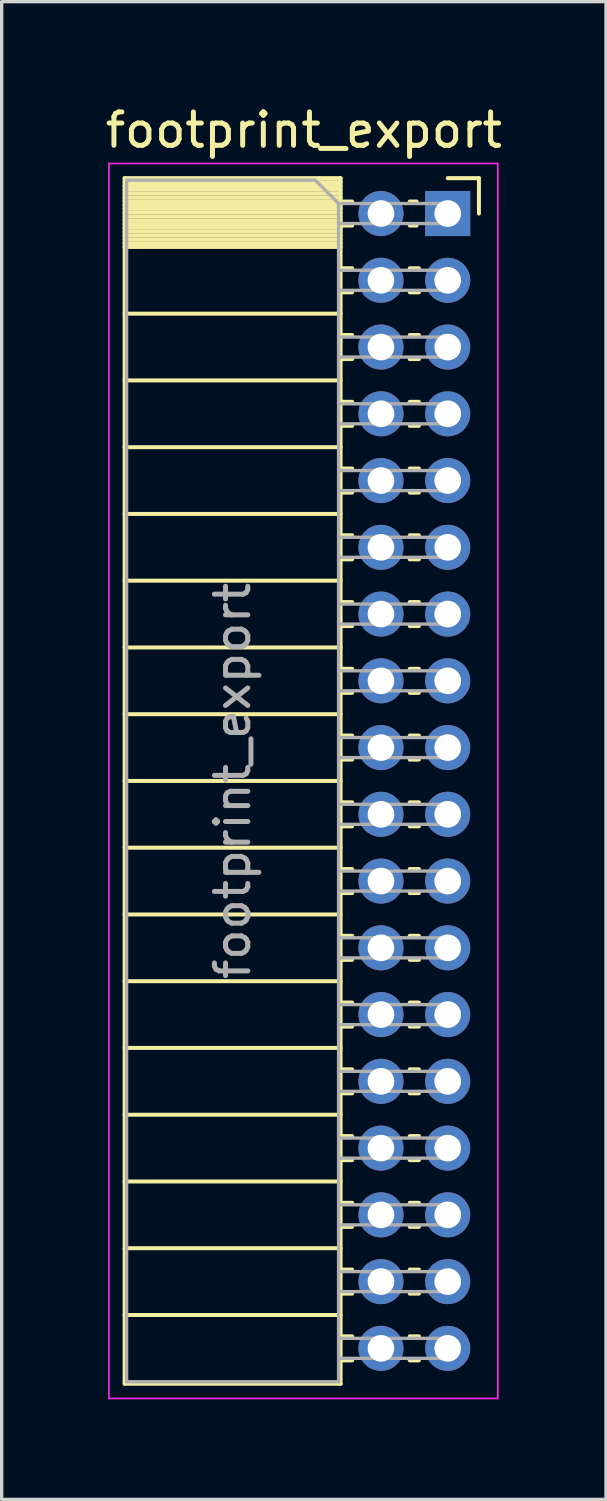
<source format=kicad_pcb>
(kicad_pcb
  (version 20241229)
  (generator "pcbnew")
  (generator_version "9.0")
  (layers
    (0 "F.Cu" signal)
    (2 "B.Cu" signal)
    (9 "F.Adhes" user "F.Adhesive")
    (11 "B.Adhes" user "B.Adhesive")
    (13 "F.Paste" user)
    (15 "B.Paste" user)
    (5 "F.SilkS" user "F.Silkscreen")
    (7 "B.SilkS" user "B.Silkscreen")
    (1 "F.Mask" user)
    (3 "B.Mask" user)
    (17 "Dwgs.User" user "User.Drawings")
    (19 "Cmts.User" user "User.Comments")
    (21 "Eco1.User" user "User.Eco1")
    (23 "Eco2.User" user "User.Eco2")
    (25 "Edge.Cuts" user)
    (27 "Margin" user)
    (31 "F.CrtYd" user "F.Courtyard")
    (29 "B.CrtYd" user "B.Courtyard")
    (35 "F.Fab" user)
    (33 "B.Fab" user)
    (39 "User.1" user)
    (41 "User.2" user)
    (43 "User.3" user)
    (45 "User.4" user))
  (footprint "footprint_export"
    (layer "F.Cu")
    (at 10.364 3.348)
    (property "Reference" "footprint_export" (at -4.31 -2.5 0) (layer "F.SilkS") (effects (font (size 1 1) (thickness 0.15))))
    (attr through_hole)
    (fp_line (start -9.68 -1.06) (end -9.68 35.06) (stroke (width 0.12) (type solid)) (layer "F.SilkS"))
    (fp_line (start -9.68 -1.06) (end -3.21 -1.06) (stroke (width 0.12) (type solid)) (layer "F.SilkS"))
    (fp_line (start -9.68 -0.94) (end -3.21 -0.94) (stroke (width 0.12) (type solid)) (layer "F.SilkS"))
    (fp_line (start -9.68 -0.826) (end -3.21 -0.826) (stroke (width 0.12) (type solid)) (layer "F.SilkS"))
    (fp_line (start -9.68 -0.712) (end -3.21 -0.712) (stroke (width 0.12) (type solid)) (layer "F.SilkS"))
    (fp_line (start -9.68 -0.598) (end -3.21 -0.598) (stroke (width 0.12) (type solid)) (layer "F.SilkS"))
    (fp_line (start -9.68 -0.484) (end -3.21 -0.484) (stroke (width 0.12) (type solid)) (layer "F.SilkS"))
    (fp_line (start -9.68 -0.369) (end -3.21 -0.369) (stroke (width 0.12) (type solid)) (layer "F.SilkS"))
    (fp_line (start -9.68 -0.255) (end -3.21 -0.255) (stroke (width 0.12) (type solid)) (layer "F.SilkS"))
    (fp_line (start -9.68 -0.141) (end -3.21 -0.141) (stroke (width 0.12) (type solid)) (layer "F.SilkS"))
    (fp_line (start -9.68 -0.027) (end -3.21 -0.027) (stroke (width 0.12) (type solid)) (layer "F.SilkS"))
    (fp_line (start -9.68 0.087) (end -3.21 0.087) (stroke (width 0.12) (type solid)) (layer "F.SilkS"))
    (fp_line (start -9.68 0.201) (end -3.21 0.201) (stroke (width 0.12) (type solid)) (layer "F.SilkS"))
    (fp_line (start -9.68 0.315) (end -3.21 0.315) (stroke (width 0.12) (type solid)) (layer "F.SilkS"))
    (fp_line (start -9.68 0.429) (end -3.21 0.429) (stroke (width 0.12) (type solid)) (layer "F.SilkS"))
    (fp_line (start -9.68 0.544) (end -3.21 0.544) (stroke (width 0.12) (type solid)) (layer "F.SilkS"))
    (fp_line (start -9.68 0.658) (end -3.21 0.658) (stroke (width 0.12) (type solid)) (layer "F.SilkS"))
    (fp_line (start -9.68 0.772) (end -3.21 0.772) (stroke (width 0.12) (type solid)) (layer "F.SilkS"))
    (fp_line (start -9.68 0.886) (end -3.21 0.886) (stroke (width 0.12) (type solid)) (layer "F.SilkS"))
    (fp_line (start -9.68 1) (end -3.21 1) (stroke (width 0.12) (type solid)) (layer "F.SilkS"))
    (fp_line (start -9.68 3) (end -3.21 3) (stroke (width 0.12) (type solid)) (layer "F.SilkS"))
    (fp_line (start -9.68 5) (end -3.21 5) (stroke (width 0.12) (type solid)) (layer "F.SilkS"))
    (fp_line (start -9.68 7) (end -3.21 7) (stroke (width 0.12) (type solid)) (layer "F.SilkS"))
    (fp_line (start -9.68 9) (end -3.21 9) (stroke (width 0.12) (type solid)) (layer "F.SilkS"))
    (fp_line (start -9.68 11) (end -3.21 11) (stroke (width 0.12) (type solid)) (layer "F.SilkS"))
    (fp_line (start -9.68 13) (end -3.21 13) (stroke (width 0.12) (type solid)) (layer "F.SilkS"))
    (fp_line (start -9.68 15) (end -3.21 15) (stroke (width 0.12) (type solid)) (layer "F.SilkS"))
    (fp_line (start -9.68 17) (end -3.21 17) (stroke (width 0.12) (type solid)) (layer "F.SilkS"))
    (fp_line (start -9.68 19) (end -3.21 19) (stroke (width 0.12) (type solid)) (layer "F.SilkS"))
    (fp_line (start -9.68 21) (end -3.21 21) (stroke (width 0.12) (type solid)) (layer "F.SilkS"))
    (fp_line (start -9.68 23) (end -3.21 23) (stroke (width 0.12) (type solid)) (layer "F.SilkS"))
    (fp_line (start -9.68 25) (end -3.21 25) (stroke (width 0.12) (type solid)) (layer "F.SilkS"))
    (fp_line (start -9.68 27) (end -3.21 27) (stroke (width 0.12) (type solid)) (layer "F.SilkS"))
    (fp_line (start -9.68 29) (end -3.21 29) (stroke (width 0.12) (type solid)) (layer "F.SilkS"))
    (fp_line (start -9.68 31) (end -3.21 31) (stroke (width 0.12) (type solid)) (layer "F.SilkS"))
    (fp_line (start -9.68 33) (end -3.21 33) (stroke (width 0.12) (type solid)) (layer "F.SilkS"))
    (fp_line (start -9.68 35.06) (end -3.21 35.06) (stroke (width 0.12) (type solid)) (layer "F.SilkS"))
    (fp_line (start -3.21 -1.06) (end -3.21 35.06) (stroke (width 0.12) (type solid)) (layer "F.SilkS"))
    (fp_line (start -3.21 -0.36) (end -2.863 -0.36) (stroke (width 0.12) (type solid)) (layer "F.SilkS"))
    (fp_line (start -3.21 0.36) (end -2.863 0.36) (stroke (width 0.12) (type solid)) (layer "F.SilkS"))
    (fp_line (start -3.21 1.64) (end -2.863 1.64) (stroke (width 0.12) (type solid)) (layer "F.SilkS"))
    (fp_line (start -3.21 2.36) (end -2.863 2.36) (stroke (width 0.12) (type solid)) (layer "F.SilkS"))
    (fp_line (start -3.21 3.64) (end -2.863 3.64) (stroke (width 0.12) (type solid)) (layer "F.SilkS"))
    (fp_line (start -3.21 4.36) (end -2.863 4.36) (stroke (width 0.12) (type solid)) (layer "F.SilkS"))
    (fp_line (start -3.21 5.64) (end -2.863 5.64) (stroke (width 0.12) (type solid)) (layer "F.SilkS"))
    (fp_line (start -3.21 6.36) (end -2.863 6.36) (stroke (width 0.12) (type solid)) (layer "F.SilkS"))
    (fp_line (start -3.21 7.64) (end -2.863 7.64) (stroke (width 0.12) (type solid)) (layer "F.SilkS"))
    (fp_line (start -3.21 8.36) (end -2.863 8.36) (stroke (width 0.12) (type solid)) (layer "F.SilkS"))
    (fp_line (start -3.21 9.64) (end -2.863 9.64) (stroke (width 0.12) (type solid)) (layer "F.SilkS"))
    (fp_line (start -3.21 10.36) (end -2.863 10.36) (stroke (width 0.12) (type solid)) (layer "F.SilkS"))
    (fp_line (start -3.21 11.64) (end -2.863 11.64) (stroke (width 0.12) (type solid)) (layer "F.SilkS"))
    (fp_line (start -3.21 12.36) (end -2.863 12.36) (stroke (width 0.12) (type solid)) (layer "F.SilkS"))
    (fp_line (start -3.21 13.64) (end -2.863 13.64) (stroke (width 0.12) (type solid)) (layer "F.SilkS"))
    (fp_line (start -3.21 14.36) (end -2.863 14.36) (stroke (width 0.12) (type solid)) (layer "F.SilkS"))
    (fp_line (start -3.21 15.64) (end -2.863 15.64) (stroke (width 0.12) (type solid)) (layer "F.SilkS"))
    (fp_line (start -3.21 16.36) (end -2.863 16.36) (stroke (width 0.12) (type solid)) (layer "F.SilkS"))
    (fp_line (start -3.21 17.64) (end -2.863 17.64) (stroke (width 0.12) (type solid)) (layer "F.SilkS"))
    (fp_line (start -3.21 18.36) (end -2.863 18.36) (stroke (width 0.12) (type solid)) (layer "F.SilkS"))
    (fp_line (start -3.21 19.64) (end -2.863 19.64) (stroke (width 0.12) (type solid)) (layer "F.SilkS"))
    (fp_line (start -3.21 20.36) (end -2.863 20.36) (stroke (width 0.12) (type solid)) (layer "F.SilkS"))
    (fp_line (start -3.21 21.64) (end -2.863 21.64) (stroke (width 0.12) (type solid)) (layer "F.SilkS"))
    (fp_line (start -3.21 22.36) (end -2.863 22.36) (stroke (width 0.12) (type solid)) (layer "F.SilkS"))
    (fp_line (start -3.21 23.64) (end -2.863 23.64) (stroke (width 0.12) (type solid)) (layer "F.SilkS"))
    (fp_line (start -3.21 24.36) (end -2.863 24.36) (stroke (width 0.12) (type solid)) (layer "F.SilkS"))
    (fp_line (start -3.21 25.64) (end -2.863 25.64) (stroke (width 0.12) (type solid)) (layer "F.SilkS"))
    (fp_line (start -3.21 26.36) (end -2.863 26.36) (stroke (width 0.12) (type solid)) (layer "F.SilkS"))
    (fp_line (start -3.21 27.64) (end -2.863 27.64) (stroke (width 0.12) (type solid)) (layer "F.SilkS"))
    (fp_line (start -3.21 28.36) (end -2.863 28.36) (stroke (width 0.12) (type solid)) (layer "F.SilkS"))
    (fp_line (start -3.21 29.64) (end -2.863 29.64) (stroke (width 0.12) (type solid)) (layer "F.SilkS"))
    (fp_line (start -3.21 30.36) (end -2.863 30.36) (stroke (width 0.12) (type solid)) (layer "F.SilkS"))
    (fp_line (start -3.21 31.64) (end -2.863 31.64) (stroke (width 0.12) (type solid)) (layer "F.SilkS"))
    (fp_line (start -3.21 32.36) (end -2.863 32.36) (stroke (width 0.12) (type solid)) (layer "F.SilkS"))
    (fp_line (start -3.21 33.64) (end -2.863 33.64) (stroke (width 0.12) (type solid)) (layer "F.SilkS"))
    (fp_line (start -3.21 34.36) (end -2.863 34.36) (stroke (width 0.12) (type solid)) (layer "F.SilkS"))
    (fp_line (start -1.137 -0.36) (end -0.935 -0.36) (stroke (width 0.12) (type solid)) (layer "F.SilkS"))
    (fp_line (start -1.137 0.36) (end -0.935 0.36) (stroke (width 0.12) (type solid)) (layer "F.SilkS"))
    (fp_line (start -1.137 1.64) (end -0.863 1.64) (stroke (width 0.12) (type solid)) (layer "F.SilkS"))
    (fp_line (start -1.137 2.36) (end -0.863 2.36) (stroke (width 0.12) (type solid)) (layer "F.SilkS"))
    (fp_line (start -1.137 3.64) (end -0.863 3.64) (stroke (width 0.12) (type solid)) (layer "F.SilkS"))
    (fp_line (start -1.137 4.36) (end -0.863 4.36) (stroke (width 0.12) (type solid)) (layer "F.SilkS"))
    (fp_line (start -1.137 5.64) (end -0.863 5.64) (stroke (width 0.12) (type solid)) (layer "F.SilkS"))
    (fp_line (start -1.137 6.36) (end -0.863 6.36) (stroke (width 0.12) (type solid)) (layer "F.SilkS"))
    (fp_line (start -1.137 7.64) (end -0.863 7.64) (stroke (width 0.12) (type solid)) (layer "F.SilkS"))
    (fp_line (start -1.137 8.36) (end -0.863 8.36) (stroke (width 0.12) (type solid)) (layer "F.SilkS"))
    (fp_line (start -1.137 9.64) (end -0.863 9.64) (stroke (width 0.12) (type solid)) (layer "F.SilkS"))
    (fp_line (start -1.137 10.36) (end -0.863 10.36) (stroke (width 0.12) (type solid)) (layer "F.SilkS"))
    (fp_line (start -1.137 11.64) (end -0.863 11.64) (stroke (width 0.12) (type solid)) (layer "F.SilkS"))
    (fp_line (start -1.137 12.36) (end -0.863 12.36) (stroke (width 0.12) (type solid)) (layer "F.SilkS"))
    (fp_line (start -1.137 13.64) (end -0.863 13.64) (stroke (width 0.12) (type solid)) (layer "F.SilkS"))
    (fp_line (start -1.137 14.36) (end -0.863 14.36) (stroke (width 0.12) (type solid)) (layer "F.SilkS"))
    (fp_line (start -1.137 15.64) (end -0.863 15.64) (stroke (width 0.12) (type solid)) (layer "F.SilkS"))
    (fp_line (start -1.137 16.36) (end -0.863 16.36) (stroke (width 0.12) (type solid)) (layer "F.SilkS"))
    (fp_line (start -1.137 17.64) (end -0.863 17.64) (stroke (width 0.12) (type solid)) (layer "F.SilkS"))
    (fp_line (start -1.137 18.36) (end -0.863 18.36) (stroke (width 0.12) (type solid)) (layer "F.SilkS"))
    (fp_line (start -1.137 19.64) (end -0.863 19.64) (stroke (width 0.12) (type solid)) (layer "F.SilkS"))
    (fp_line (start -1.137 20.36) (end -0.863 20.36) (stroke (width 0.12) (type solid)) (layer "F.SilkS"))
    (fp_line (start -1.137 21.64) (end -0.863 21.64) (stroke (width 0.12) (type solid)) (layer "F.SilkS"))
    (fp_line (start -1.137 22.36) (end -0.863 22.36) (stroke (width 0.12) (type solid)) (layer "F.SilkS"))
    (fp_line (start -1.137 23.64) (end -0.863 23.64) (stroke (width 0.12) (type solid)) (layer "F.SilkS"))
    (fp_line (start -1.137 24.36) (end -0.863 24.36) (stroke (width 0.12) (type solid)) (layer "F.SilkS"))
    (fp_line (start -1.137 25.64) (end -0.863 25.64) (stroke (width 0.12) (type solid)) (layer "F.SilkS"))
    (fp_line (start -1.137 26.36) (end -0.863 26.36) (stroke (width 0.12) (type solid)) (layer "F.SilkS"))
    (fp_line (start -1.137 27.64) (end -0.863 27.64) (stroke (width 0.12) (type solid)) (layer "F.SilkS"))
    (fp_line (start -1.137 28.36) (end -0.863 28.36) (stroke (width 0.12) (type solid)) (layer "F.SilkS"))
    (fp_line (start -1.137 29.64) (end -0.863 29.64) (stroke (width 0.12) (type solid)) (layer "F.SilkS"))
    (fp_line (start -1.137 30.36) (end -0.863 30.36) (stroke (width 0.12) (type solid)) (layer "F.SilkS"))
    (fp_line (start -1.137 31.64) (end -0.863 31.64) (stroke (width 0.12) (type solid)) (layer "F.SilkS"))
    (fp_line (start -1.137 32.36) (end -0.863 32.36) (stroke (width 0.12) (type solid)) (layer "F.SilkS"))
    (fp_line (start -1.137 33.64) (end -0.863 33.64) (stroke (width 0.12) (type solid)) (layer "F.SilkS"))
    (fp_line (start -1.137 34.36) (end -0.863 34.36) (stroke (width 0.12) (type solid)) (layer "F.SilkS"))
    (fp_line (start 0 -1.06) (end 0.935 -1.06) (stroke (width 0.12) (type solid)) (layer "F.SilkS"))
    (fp_line (start 0.935 -1.06) (end 0.935 0) (stroke (width 0.12) (type solid)) (layer "F.SilkS"))
    (fp_line (start -10.15 -1.5) (end -10.15 35.5) (stroke (width 0.05) (type solid)) (layer "F.CrtYd"))
    (fp_line (start -10.15 35.5) (end 1.5 35.5) (stroke (width 0.05) (type solid)) (layer "F.CrtYd"))
    (fp_line (start 1.5 -1.5) (end -10.15 -1.5) (stroke (width 0.05) (type solid)) (layer "F.CrtYd"))
    (fp_line (start 1.5 35.5) (end 1.5 -1.5) (stroke (width 0.05) (type solid)) (layer "F.CrtYd"))
    (fp_line (start -9.62 -1) (end -3.97 -1) (stroke (width 0.1) (type solid)) (layer "F.Fab"))
    (fp_line (start -9.62 35) (end -9.62 -1) (stroke (width 0.1) (type solid)) (layer "F.Fab"))
    (fp_line (start -3.97 -1) (end -3.27 -0.3) (stroke (width 0.1) (type solid)) (layer "F.Fab"))
    (fp_line (start -3.27 -0.3) (end -3.27 35) (stroke (width 0.1) (type solid)) (layer "F.Fab"))
    (fp_line (start -3.27 0.3) (end 0 0.3) (stroke (width 0.1) (type solid)) (layer "F.Fab"))
    (fp_line (start -3.27 2.3) (end 0 2.3) (stroke (width 0.1) (type solid)) (layer "F.Fab"))
    (fp_line (start -3.27 4.3) (end 0 4.3) (stroke (width 0.1) (type solid)) (layer "F.Fab"))
    (fp_line (start -3.27 6.3) (end 0 6.3) (stroke (width 0.1) (type solid)) (layer "F.Fab"))
    (fp_line (start -3.27 8.3) (end 0 8.3) (stroke (width 0.1) (type solid)) (layer "F.Fab"))
    (fp_line (start -3.27 10.3) (end 0 10.3) (stroke (width 0.1) (type solid)) (layer "F.Fab"))
    (fp_line (start -3.27 12.3) (end 0 12.3) (stroke (width 0.1) (type solid)) (layer "F.Fab"))
    (fp_line (start -3.27 14.3) (end 0 14.3) (stroke (width 0.1) (type solid)) (layer "F.Fab"))
    (fp_line (start -3.27 16.3) (end 0 16.3) (stroke (width 0.1) (type solid)) (layer "F.Fab"))
    (fp_line (start -3.27 18.3) (end 0 18.3) (stroke (width 0.1) (type solid)) (layer "F.Fab"))
    (fp_line (start -3.27 20.3) (end 0 20.3) (stroke (width 0.1) (type solid)) (layer "F.Fab"))
    (fp_line (start -3.27 22.3) (end 0 22.3) (stroke (width 0.1) (type solid)) (layer "F.Fab"))
    (fp_line (start -3.27 24.3) (end 0 24.3) (stroke (width 0.1) (type solid)) (layer "F.Fab"))
    (fp_line (start -3.27 26.3) (end 0 26.3) (stroke (width 0.1) (type solid)) (layer "F.Fab"))
    (fp_line (start -3.27 28.3) (end 0 28.3) (stroke (width 0.1) (type solid)) (layer "F.Fab"))
    (fp_line (start -3.27 30.3) (end 0 30.3) (stroke (width 0.1) (type solid)) (layer "F.Fab"))
    (fp_line (start -3.27 32.3) (end 0 32.3) (stroke (width 0.1) (type solid)) (layer "F.Fab"))
    (fp_line (start -3.27 34.3) (end 0 34.3) (stroke (width 0.1) (type solid)) (layer "F.Fab"))
    (fp_line (start -3.27 35) (end -9.62 35) (stroke (width 0.1) (type solid)) (layer "F.Fab"))
    (fp_line (start 0 -0.3) (end -3.27 -0.3) (stroke (width 0.1) (type solid)) (layer "F.Fab"))
    (fp_line (start 0 0.3) (end 0 -0.3) (stroke (width 0.1) (type solid)) (layer "F.Fab"))
    (fp_line (start 0 1.7) (end -3.27 1.7) (stroke (width 0.1) (type solid)) (layer "F.Fab"))
    (fp_line (start 0 2.3) (end 0 1.7) (stroke (width 0.1) (type solid)) (layer "F.Fab"))
    (fp_line (start 0 3.7) (end -3.27 3.7) (stroke (width 0.1) (type solid)) (layer "F.Fab"))
    (fp_line (start 0 4.3) (end 0 3.7) (stroke (width 0.1) (type solid)) (layer "F.Fab"))
    (fp_line (start 0 5.7) (end -3.27 5.7) (stroke (width 0.1) (type solid)) (layer "F.Fab"))
    (fp_line (start 0 6.3) (end 0 5.7) (stroke (width 0.1) (type solid)) (layer "F.Fab"))
    (fp_line (start 0 7.7) (end -3.27 7.7) (stroke (width 0.1) (type solid)) (layer "F.Fab"))
    (fp_line (start 0 8.3) (end 0 7.7) (stroke (width 0.1) (type solid)) (layer "F.Fab"))
    (fp_line (start 0 9.7) (end -3.27 9.7) (stroke (width 0.1) (type solid)) (layer "F.Fab"))
    (fp_line (start 0 10.3) (end 0 9.7) (stroke (width 0.1) (type solid)) (layer "F.Fab"))
    (fp_line (start 0 11.7) (end -3.27 11.7) (stroke (width 0.1) (type solid)) (layer "F.Fab"))
    (fp_line (start 0 12.3) (end 0 11.7) (stroke (width 0.1) (type solid)) (layer "F.Fab"))
    (fp_line (start 0 13.7) (end -3.27 13.7) (stroke (width 0.1) (type solid)) (layer "F.Fab"))
    (fp_line (start 0 14.3) (end 0 13.7) (stroke (width 0.1) (type solid)) (layer "F.Fab"))
    (fp_line (start 0 15.7) (end -3.27 15.7) (stroke (width 0.1) (type solid)) (layer "F.Fab"))
    (fp_line (start 0 16.3) (end 0 15.7) (stroke (width 0.1) (type solid)) (layer "F.Fab"))
    (fp_line (start 0 17.7) (end -3.27 17.7) (stroke (width 0.1) (type solid)) (layer "F.Fab"))
    (fp_line (start 0 18.3) (end 0 17.7) (stroke (width 0.1) (type solid)) (layer "F.Fab"))
    (fp_line (start 0 19.7) (end -3.27 19.7) (stroke (width 0.1) (type solid)) (layer "F.Fab"))
    (fp_line (start 0 20.3) (end 0 19.7) (stroke (width 0.1) (type solid)) (layer "F.Fab"))
    (fp_line (start 0 21.7) (end -3.27 21.7) (stroke (width 0.1) (type solid)) (layer "F.Fab"))
    (fp_line (start 0 22.3) (end 0 21.7) (stroke (width 0.1) (type solid)) (layer "F.Fab"))
    (fp_line (start 0 23.7) (end -3.27 23.7) (stroke (width 0.1) (type solid)) (layer "F.Fab"))
    (fp_line (start 0 24.3) (end 0 23.7) (stroke (width 0.1) (type solid)) (layer "F.Fab"))
    (fp_line (start 0 25.7) (end -3.27 25.7) (stroke (width 0.1) (type solid)) (layer "F.Fab"))
    (fp_line (start 0 26.3) (end 0 25.7) (stroke (width 0.1) (type solid)) (layer "F.Fab"))
    (fp_line (start 0 27.7) (end -3.27 27.7) (stroke (width 0.1) (type solid)) (layer "F.Fab"))
    (fp_line (start 0 28.3) (end 0 27.7) (stroke (width 0.1) (type solid)) (layer "F.Fab"))
    (fp_line (start 0 29.7) (end -3.27 29.7) (stroke (width 0.1) (type solid)) (layer "F.Fab"))
    (fp_line (start 0 30.3) (end 0 29.7) (stroke (width 0.1) (type solid)) (layer "F.Fab"))
    (fp_line (start 0 31.7) (end -3.27 31.7) (stroke (width 0.1) (type solid)) (layer "F.Fab"))
    (fp_line (start 0 32.3) (end 0 31.7) (stroke (width 0.1) (type solid)) (layer "F.Fab"))
    (fp_line (start 0 33.7) (end -3.27 33.7) (stroke (width 0.1) (type solid)) (layer "F.Fab"))
    (fp_line (start 0 34.3) (end 0 33.7) (stroke (width 0.1) (type solid)) (layer "F.Fab"))
    (fp_text user "${REFERENCE}" (at -6.445 17 90) (layer "F.Fab") (effects (font (size 1 1) (thickness 0.15))))
    (pad "1" thru_hole rect (at 0 0) (size 1.35 1.35) (drill 0.8) (layers "*.Cu" "*.Mask"))
    (pad "2" thru_hole oval (at -2 0) (size 1.35 1.35) (drill 0.8) (layers "*.Cu" "*.Mask"))
    (pad "3" thru_hole oval (at 0 2) (size 1.35 1.35) (drill 0.8) (layers "*.Cu" "*.Mask"))
    (pad "4" thru_hole oval (at -2 2) (size 1.35 1.35) (drill 0.8) (layers "*.Cu" "*.Mask"))
    (pad "5" thru_hole oval (at 0 4) (size 1.35 1.35) (drill 0.8) (layers "*.Cu" "*.Mask"))
    (pad "6" thru_hole oval (at -2 4) (size 1.35 1.35) (drill 0.8) (layers "*.Cu" "*.Mask"))
    (pad "7" thru_hole oval (at 0 6) (size 1.35 1.35) (drill 0.8) (layers "*.Cu" "*.Mask"))
    (pad "8" thru_hole oval (at -2 6) (size 1.35 1.35) (drill 0.8) (layers "*.Cu" "*.Mask"))
    (pad "9" thru_hole oval (at 0 8) (size 1.35 1.35) (drill 0.8) (layers "*.Cu" "*.Mask"))
    (pad "10" thru_hole oval (at -2 8) (size 1.35 1.35) (drill 0.8) (layers "*.Cu" "*.Mask"))
    (pad "11" thru_hole oval (at 0 10) (size 1.35 1.35) (drill 0.8) (layers "*.Cu" "*.Mask"))
    (pad "12" thru_hole oval (at -2 10) (size 1.35 1.35) (drill 0.8) (layers "*.Cu" "*.Mask"))
    (pad "13" thru_hole oval (at 0 12) (size 1.35 1.35) (drill 0.8) (layers "*.Cu" "*.Mask"))
    (pad "14" thru_hole oval (at -2 12) (size 1.35 1.35) (drill 0.8) (layers "*.Cu" "*.Mask"))
    (pad "15" thru_hole oval (at 0 14) (size 1.35 1.35) (drill 0.8) (layers "*.Cu" "*.Mask"))
    (pad "16" thru_hole oval (at -2 14) (size 1.35 1.35) (drill 0.8) (layers "*.Cu" "*.Mask"))
    (pad "17" thru_hole oval (at 0 16) (size 1.35 1.35) (drill 0.8) (layers "*.Cu" "*.Mask"))
    (pad "18" thru_hole oval (at -2 16) (size 1.35 1.35) (drill 0.8) (layers "*.Cu" "*.Mask"))
    (pad "19" thru_hole oval (at 0 18) (size 1.35 1.35) (drill 0.8) (layers "*.Cu" "*.Mask"))
    (pad "20" thru_hole oval (at -2 18) (size 1.35 1.35) (drill 0.8) (layers "*.Cu" "*.Mask"))
    (pad "21" thru_hole oval (at 0 20) (size 1.35 1.35) (drill 0.8) (layers "*.Cu" "*.Mask"))
    (pad "22" thru_hole oval (at -2 20) (size 1.35 1.35) (drill 0.8) (layers "*.Cu" "*.Mask"))
    (pad "23" thru_hole oval (at 0 22) (size 1.35 1.35) (drill 0.8) (layers "*.Cu" "*.Mask"))
    (pad "24" thru_hole oval (at -2 22) (size 1.35 1.35) (drill 0.8) (layers "*.Cu" "*.Mask"))
    (pad "25" thru_hole oval (at 0 24) (size 1.35 1.35) (drill 0.8) (layers "*.Cu" "*.Mask"))
    (pad "26" thru_hole oval (at -2 24) (size 1.35 1.35) (drill 0.8) (layers "*.Cu" "*.Mask"))
    (pad "27" thru_hole oval (at 0 26) (size 1.35 1.35) (drill 0.8) (layers "*.Cu" "*.Mask"))
    (pad "28" thru_hole oval (at -2 26) (size 1.35 1.35) (drill 0.8) (layers "*.Cu" "*.Mask"))
    (pad "29" thru_hole oval (at 0 28) (size 1.35 1.35) (drill 0.8) (layers "*.Cu" "*.Mask"))
    (pad "30" thru_hole oval (at -2 28) (size 1.35 1.35) (drill 0.8) (layers "*.Cu" "*.Mask"))
    (pad "31" thru_hole oval (at 0 30) (size 1.35 1.35) (drill 0.8) (layers "*.Cu" "*.Mask"))
    (pad "32" thru_hole oval (at -2 30) (size 1.35 1.35) (drill 0.8) (layers "*.Cu" "*.Mask"))
    (pad "33" thru_hole oval (at 0 32) (size 1.35 1.35) (drill 0.8) (layers "*.Cu" "*.Mask"))
    (pad "34" thru_hole oval (at -2 32) (size 1.35 1.35) (drill 0.8) (layers "*.Cu" "*.Mask"))
    (pad "35" thru_hole oval (at 0 34) (size 1.35 1.35) (drill 0.8) (layers "*.Cu" "*.Mask"))
    (pad "36" thru_hole oval (at -2 34) (size 1.35 1.35) (drill 0.8) (layers "*.Cu" "*.Mask")))
  (gr_rect
    (start -3 -3)
    (end 15.107 41.873)
    (stroke (width 0.1) (type default))
    (fill no)
    (layer "Edge.Cuts")))
</source>
